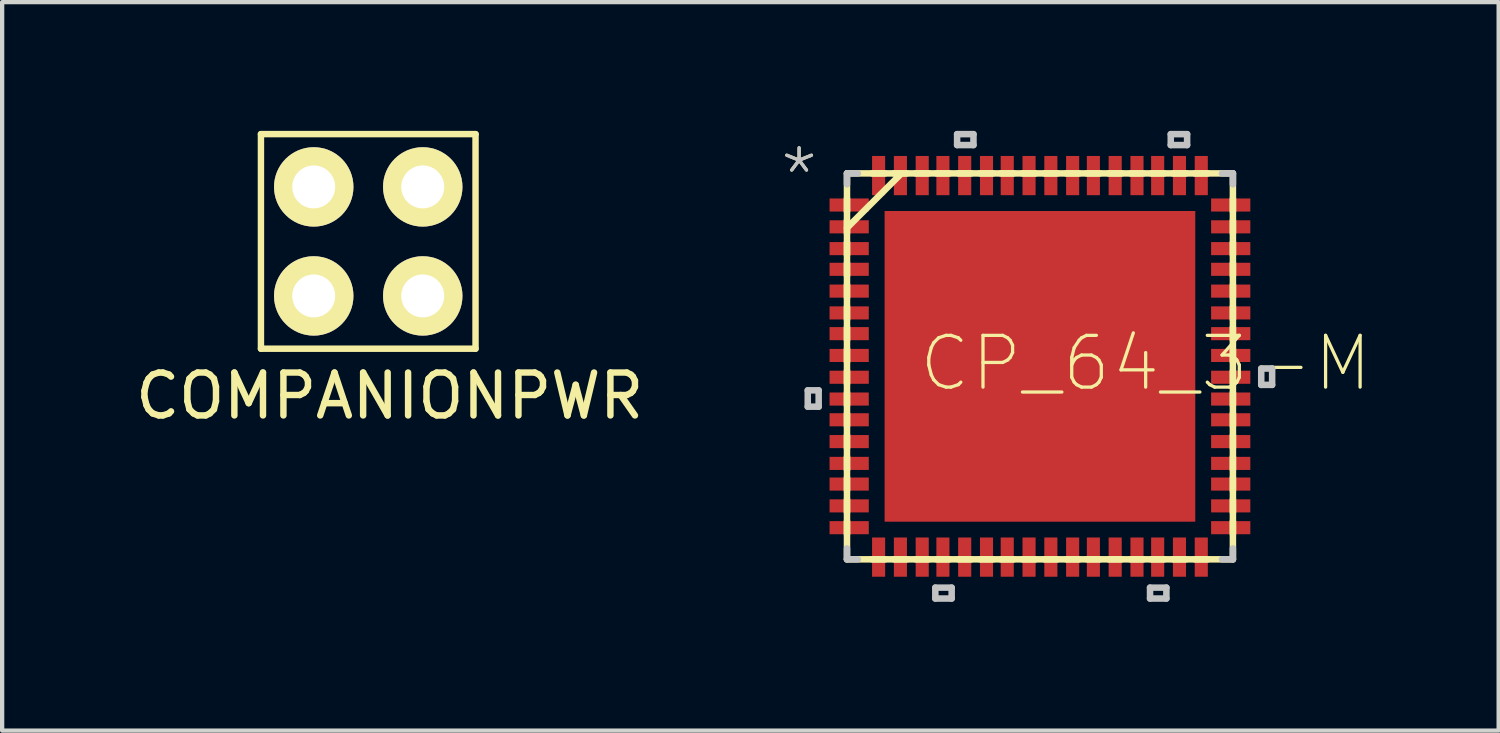
<source format=kicad_pcb>
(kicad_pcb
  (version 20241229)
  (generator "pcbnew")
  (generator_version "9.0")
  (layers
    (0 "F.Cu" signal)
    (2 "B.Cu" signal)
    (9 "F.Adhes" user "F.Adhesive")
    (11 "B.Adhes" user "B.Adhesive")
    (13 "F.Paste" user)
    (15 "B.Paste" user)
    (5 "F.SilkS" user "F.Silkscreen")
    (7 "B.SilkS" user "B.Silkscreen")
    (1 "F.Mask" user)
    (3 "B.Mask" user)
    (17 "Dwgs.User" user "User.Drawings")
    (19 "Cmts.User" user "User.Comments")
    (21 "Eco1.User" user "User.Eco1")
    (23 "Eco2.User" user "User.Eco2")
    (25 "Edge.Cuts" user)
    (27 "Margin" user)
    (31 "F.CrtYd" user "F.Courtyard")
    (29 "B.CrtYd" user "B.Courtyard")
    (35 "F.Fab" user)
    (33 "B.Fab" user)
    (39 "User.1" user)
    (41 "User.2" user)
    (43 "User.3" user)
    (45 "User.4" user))
  (footprint "COMPANIONPWR"
    (layer "F.Cu")
    (at 5.53 2.575)
    (property "Reference" "COMPANIONPWR" (at 0.5 3.6 0) (layer "F.SilkS") (effects (font (size 1 1) (thickness 0.15))))
    (attr through_hole)
    (fp_line (start -2.5 -2.5) (end 2.5 -2.5) (stroke (width 0.15) (type solid)) (layer "F.SilkS"))
    (fp_line (start -2.5 2.5) (end -2.5 -2.5) (stroke (width 0.15) (type solid)) (layer "F.SilkS"))
    (fp_line (start 2.5 -2.5) (end 2.5 2.5) (stroke (width 0.15) (type solid)) (layer "F.SilkS"))
    (fp_line (start 2.5 2.5) (end -2.5 2.5) (stroke (width 0.15) (type solid)) (layer "F.SilkS"))
    (pad "1" thru_hole circle (at -1.27 1.27) (size 1.85 1.85) (drill 1) (layers "*.Cu" "*.Mask" "F.SilkS"))
    (pad "1" thru_hole circle (at 1.27 1.27) (size 1.85 1.85) (drill 1) (layers "*.Cu" "*.Mask" "F.SilkS"))
    (pad "2" thru_hole circle (at -1.27 -1.27) (size 1.85 1.85) (drill 1) (layers "*.Cu" "*.Mask" "F.SilkS"))
    (pad "2" thru_hole circle (at 1.27 -1.27) (size 1.85 1.85) (drill 1) (layers "*.Cu" "*.Mask" "F.SilkS")))
  (footprint "CP_64_3-M"
    (layer "F.Cu")
    (at 21.181 5.486)
    (property "Reference" "CP_64_3-M" (at -2.87 0.635 0) (layer "F.SilkS") (effects (font (size 1.206 1.206) (thickness 0.076)) (justify left bottom)))
    (attr through_hole)
    (fp_line (start -4.496 -4.496) (end -4.496 4.496) (stroke (width 0.152) (type solid)) (layer "F.SilkS"))
    (fp_line (start -4.496 -3.912) (end -4.496 -3.607) (stroke (width 0.152) (type solid)) (layer "F.SilkS"))
    (fp_line (start -4.496 -3.404) (end -4.496 -3.099) (stroke (width 0.152) (type solid)) (layer "F.SilkS"))
    (fp_line (start -4.496 -3.226) (end -3.226 -4.496) (stroke (width 0.152) (type solid)) (layer "F.SilkS"))
    (fp_line (start -4.496 -2.896) (end -4.496 -2.591) (stroke (width 0.152) (type solid)) (layer "F.SilkS"))
    (fp_line (start -4.496 -2.413) (end -4.496 -2.108) (stroke (width 0.152) (type solid)) (layer "F.SilkS"))
    (fp_line (start -4.496 -1.905) (end -4.496 -1.6) (stroke (width 0.152) (type solid)) (layer "F.SilkS"))
    (fp_line (start -4.496 -1.397) (end -4.496 -1.092) (stroke (width 0.152) (type solid)) (layer "F.SilkS"))
    (fp_line (start -4.496 -0.914) (end -4.496 -0.61) (stroke (width 0.152) (type solid)) (layer "F.SilkS"))
    (fp_line (start -4.496 -0.406) (end -4.496 -0.102) (stroke (width 0.152) (type solid)) (layer "F.SilkS"))
    (fp_line (start -4.496 0.102) (end -4.496 0.406) (stroke (width 0.152) (type solid)) (layer "F.SilkS"))
    (fp_line (start -4.496 0.61) (end -4.496 0.914) (stroke (width 0.152) (type solid)) (layer "F.SilkS"))
    (fp_line (start -4.496 1.092) (end -4.496 1.397) (stroke (width 0.152) (type solid)) (layer "F.SilkS"))
    (fp_line (start -4.496 1.6) (end -4.496 1.905) (stroke (width 0.152) (type solid)) (layer "F.SilkS"))
    (fp_line (start -4.496 2.108) (end -4.496 2.413) (stroke (width 0.152) (type solid)) (layer "F.SilkS"))
    (fp_line (start -4.496 2.591) (end -4.496 2.896) (stroke (width 0.152) (type solid)) (layer "F.SilkS"))
    (fp_line (start -4.496 3.099) (end -4.496 3.404) (stroke (width 0.152) (type solid)) (layer "F.SilkS"))
    (fp_line (start -4.496 3.607) (end -4.496 3.912) (stroke (width 0.152) (type solid)) (layer "F.SilkS"))
    (fp_line (start -4.496 4.496) (end 4.496 4.496) (stroke (width 0.152) (type solid)) (layer "F.SilkS"))
    (fp_line (start -3.912 4.496) (end -3.607 4.496) (stroke (width 0.152) (type solid)) (layer "F.SilkS"))
    (fp_line (start -3.607 -4.496) (end -3.912 -4.496) (stroke (width 0.152) (type solid)) (layer "F.SilkS"))
    (fp_line (start -3.404 4.496) (end -3.099 4.496) (stroke (width 0.152) (type solid)) (layer "F.SilkS"))
    (fp_line (start -3.099 -4.496) (end -3.404 -4.496) (stroke (width 0.152) (type solid)) (layer "F.SilkS"))
    (fp_line (start -2.896 4.496) (end -2.591 4.496) (stroke (width 0.152) (type solid)) (layer "F.SilkS"))
    (fp_line (start -2.591 -4.496) (end -2.896 -4.496) (stroke (width 0.152) (type solid)) (layer "F.SilkS"))
    (fp_line (start -2.413 4.496) (end -2.108 4.496) (stroke (width 0.152) (type solid)) (layer "F.SilkS"))
    (fp_line (start -2.108 -4.496) (end -2.413 -4.496) (stroke (width 0.152) (type solid)) (layer "F.SilkS"))
    (fp_line (start -1.905 4.496) (end -1.6 4.496) (stroke (width 0.152) (type solid)) (layer "F.SilkS"))
    (fp_line (start -1.6 -4.496) (end -1.905 -4.496) (stroke (width 0.152) (type solid)) (layer "F.SilkS"))
    (fp_line (start -1.397 4.496) (end -1.092 4.496) (stroke (width 0.152) (type solid)) (layer "F.SilkS"))
    (fp_line (start -1.092 -4.496) (end -1.397 -4.496) (stroke (width 0.152) (type solid)) (layer "F.SilkS"))
    (fp_line (start -0.914 4.496) (end -0.61 4.496) (stroke (width 0.152) (type solid)) (layer "F.SilkS"))
    (fp_line (start -0.61 -4.496) (end -0.914 -4.496) (stroke (width 0.152) (type solid)) (layer "F.SilkS"))
    (fp_line (start -0.406 4.496) (end -0.102 4.496) (stroke (width 0.152) (type solid)) (layer "F.SilkS"))
    (fp_line (start -0.102 -4.496) (end -0.406 -4.496) (stroke (width 0.152) (type solid)) (layer "F.SilkS"))
    (fp_line (start 0.102 4.496) (end 0.406 4.496) (stroke (width 0.152) (type solid)) (layer "F.SilkS"))
    (fp_line (start 0.406 -4.496) (end 0.102 -4.496) (stroke (width 0.152) (type solid)) (layer "F.SilkS"))
    (fp_line (start 0.61 4.496) (end 0.914 4.496) (stroke (width 0.152) (type solid)) (layer "F.SilkS"))
    (fp_line (start 0.914 -4.496) (end 0.61 -4.496) (stroke (width 0.152) (type solid)) (layer "F.SilkS"))
    (fp_line (start 1.092 4.496) (end 1.397 4.496) (stroke (width 0.152) (type solid)) (layer "F.SilkS"))
    (fp_line (start 1.397 -4.496) (end 1.092 -4.496) (stroke (width 0.152) (type solid)) (layer "F.SilkS"))
    (fp_line (start 1.6 4.496) (end 1.905 4.496) (stroke (width 0.152) (type solid)) (layer "F.SilkS"))
    (fp_line (start 1.905 -4.496) (end 1.6 -4.496) (stroke (width 0.152) (type solid)) (layer "F.SilkS"))
    (fp_line (start 2.108 4.496) (end 2.413 4.496) (stroke (width 0.152) (type solid)) (layer "F.SilkS"))
    (fp_line (start 2.413 -4.496) (end 2.108 -4.496) (stroke (width 0.152) (type solid)) (layer "F.SilkS"))
    (fp_line (start 2.591 4.496) (end 2.896 4.496) (stroke (width 0.152) (type solid)) (layer "F.SilkS"))
    (fp_line (start 2.896 -4.496) (end 2.591 -4.496) (stroke (width 0.152) (type solid)) (layer "F.SilkS"))
    (fp_line (start 3.099 4.496) (end 3.404 4.496) (stroke (width 0.152) (type solid)) (layer "F.SilkS"))
    (fp_line (start 3.404 -4.496) (end 3.099 -4.496) (stroke (width 0.152) (type solid)) (layer "F.SilkS"))
    (fp_line (start 3.607 4.496) (end 3.912 4.496) (stroke (width 0.152) (type solid)) (layer "F.SilkS"))
    (fp_line (start 3.912 -4.496) (end 3.607 -4.496) (stroke (width 0.152) (type solid)) (layer "F.SilkS"))
    (fp_line (start 4.496 -4.496) (end -4.496 -4.496) (stroke (width 0.152) (type solid)) (layer "F.SilkS"))
    (fp_line (start 4.496 -3.607) (end 4.496 -3.912) (stroke (width 0.152) (type solid)) (layer "F.SilkS"))
    (fp_line (start 4.496 -3.099) (end 4.496 -3.404) (stroke (width 0.152) (type solid)) (layer "F.SilkS"))
    (fp_line (start 4.496 -2.591) (end 4.496 -2.896) (stroke (width 0.152) (type solid)) (layer "F.SilkS"))
    (fp_line (start 4.496 -2.108) (end 4.496 -2.413) (stroke (width 0.152) (type solid)) (layer "F.SilkS"))
    (fp_line (start 4.496 -1.6) (end 4.496 -1.905) (stroke (width 0.152) (type solid)) (layer "F.SilkS"))
    (fp_line (start 4.496 -1.092) (end 4.496 -1.397) (stroke (width 0.152) (type solid)) (layer "F.SilkS"))
    (fp_line (start 4.496 -0.61) (end 4.496 -0.914) (stroke (width 0.152) (type solid)) (layer "F.SilkS"))
    (fp_line (start 4.496 -0.102) (end 4.496 -0.406) (stroke (width 0.152) (type solid)) (layer "F.SilkS"))
    (fp_line (start 4.496 0.406) (end 4.496 0.102) (stroke (width 0.152) (type solid)) (layer "F.SilkS"))
    (fp_line (start 4.496 0.914) (end 4.496 0.61) (stroke (width 0.152) (type solid)) (layer "F.SilkS"))
    (fp_line (start 4.496 1.397) (end 4.496 1.092) (stroke (width 0.152) (type solid)) (layer "F.SilkS"))
    (fp_line (start 4.496 1.905) (end 4.496 1.6) (stroke (width 0.152) (type solid)) (layer "F.SilkS"))
    (fp_line (start 4.496 2.413) (end 4.496 2.108) (stroke (width 0.152) (type solid)) (layer "F.SilkS"))
    (fp_line (start 4.496 2.896) (end 4.496 2.591) (stroke (width 0.152) (type solid)) (layer "F.SilkS"))
    (fp_line (start 4.496 3.404) (end 4.496 3.099) (stroke (width 0.152) (type solid)) (layer "F.SilkS"))
    (fp_line (start 4.496 3.912) (end 4.496 3.607) (stroke (width 0.152) (type solid)) (layer "F.SilkS"))
    (fp_line (start 4.496 4.496) (end 4.496 -4.496) (stroke (width 0.152) (type solid)) (layer "F.SilkS"))
    (fp_line (start -5.41 0.559) (end -5.41 0.94) (stroke (width 0.152) (type solid)) (layer "Dwgs.User"))
    (fp_line (start -5.41 0.94) (end -5.156 0.94) (stroke (width 0.152) (type solid)) (layer "Dwgs.User"))
    (fp_line (start -5.156 0.559) (end -5.41 0.559) (stroke (width 0.152) (type solid)) (layer "Dwgs.User"))
    (fp_line (start -5.156 0.94) (end -5.156 0.559) (stroke (width 0.152) (type solid)) (layer "Dwgs.User"))
    (fp_line (start -4.496 -4.496) (end -4.496 -4.242) (stroke (width 0.152) (type solid)) (layer "Dwgs.User"))
    (fp_line (start -4.496 4.242) (end -4.496 4.496) (stroke (width 0.152) (type solid)) (layer "Dwgs.User"))
    (fp_line (start -4.496 4.496) (end -4.242 4.496) (stroke (width 0.152) (type solid)) (layer "Dwgs.User"))
    (fp_line (start -4.242 -4.496) (end -4.496 -4.496) (stroke (width 0.152) (type solid)) (layer "Dwgs.User"))
    (fp_line (start -2.438 5.156) (end -2.438 5.41) (stroke (width 0.152) (type solid)) (layer "Dwgs.User"))
    (fp_line (start -2.438 5.41) (end -2.057 5.41) (stroke (width 0.152) (type solid)) (layer "Dwgs.User"))
    (fp_line (start -2.057 5.156) (end -2.438 5.156) (stroke (width 0.152) (type solid)) (layer "Dwgs.User"))
    (fp_line (start -2.057 5.41) (end -2.057 5.156) (stroke (width 0.152) (type solid)) (layer "Dwgs.User"))
    (fp_line (start -1.93 -5.41) (end -1.549 -5.41) (stroke (width 0.152) (type solid)) (layer "Dwgs.User"))
    (fp_line (start -1.93 -5.156) (end -1.93 -5.41) (stroke (width 0.152) (type solid)) (layer "Dwgs.User"))
    (fp_line (start -1.549 -5.41) (end -1.549 -5.156) (stroke (width 0.152) (type solid)) (layer "Dwgs.User"))
    (fp_line (start -1.549 -5.156) (end -1.93 -5.156) (stroke (width 0.152) (type solid)) (layer "Dwgs.User"))
    (fp_line (start 2.565 5.156) (end 2.565 5.41) (stroke (width 0.152) (type solid)) (layer "Dwgs.User"))
    (fp_line (start 2.565 5.41) (end 2.946 5.41) (stroke (width 0.152) (type solid)) (layer "Dwgs.User"))
    (fp_line (start 2.946 5.156) (end 2.565 5.156) (stroke (width 0.152) (type solid)) (layer "Dwgs.User"))
    (fp_line (start 2.946 5.41) (end 2.946 5.156) (stroke (width 0.152) (type solid)) (layer "Dwgs.User"))
    (fp_line (start 3.048 -5.41) (end 3.429 -5.41) (stroke (width 0.152) (type solid)) (layer "Dwgs.User"))
    (fp_line (start 3.048 -5.156) (end 3.048 -5.41) (stroke (width 0.152) (type solid)) (layer "Dwgs.User"))
    (fp_line (start 3.429 -5.41) (end 3.429 -5.156) (stroke (width 0.152) (type solid)) (layer "Dwgs.User"))
    (fp_line (start 3.429 -5.156) (end 3.048 -5.156) (stroke (width 0.152) (type solid)) (layer "Dwgs.User"))
    (fp_line (start 4.242 4.496) (end 4.496 4.496) (stroke (width 0.152) (type solid)) (layer "Dwgs.User"))
    (fp_line (start 4.496 -4.496) (end 4.242 -4.496) (stroke (width 0.152) (type solid)) (layer "Dwgs.User"))
    (fp_line (start 4.496 -4.242) (end 4.496 -4.496) (stroke (width 0.152) (type solid)) (layer "Dwgs.User"))
    (fp_line (start 4.496 4.496) (end 4.496 4.242) (stroke (width 0.152) (type solid)) (layer "Dwgs.User"))
    (fp_line (start 5.156 0.051) (end 5.41 0.051) (stroke (width 0.152) (type solid)) (layer "Dwgs.User"))
    (fp_line (start 5.156 0.432) (end 5.156 0.051) (stroke (width 0.152) (type solid)) (layer "Dwgs.User"))
    (fp_line (start 5.41 0.051) (end 5.41 0.432) (stroke (width 0.152) (type solid)) (layer "Dwgs.User"))
    (fp_line (start 5.41 0.432) (end 5.156 0.432) (stroke (width 0.152) (type solid)) (layer "Dwgs.User"))
    (fp_text user "*" (at -6.121 -3.734 0) (layer "F.SilkS") (effects (font (size 1.206 1.206) (thickness 0.076)) (justify left bottom)))
    (fp_text user "*" (at -6.121 -3.734 0) (layer "Dwgs.User") (effects (font (size 1.206 1.206) (thickness 0.076)) (justify left bottom)))
    (pad "1" smd rect (at -4.445 -3.759 270) (size 0.305 0.914) (layers "F.Cu" "F.Mask" "F.Paste"))
    (pad "2" smd rect (at -4.445 -3.251 270) (size 0.305 0.914) (layers "F.Cu" "F.Mask" "F.Paste"))
    (pad "3" smd rect (at -4.445 -2.743 270) (size 0.305 0.914) (layers "F.Cu" "F.Mask" "F.Paste"))
    (pad "4" smd rect (at -4.445 -2.261 270) (size 0.305 0.914) (layers "F.Cu" "F.Mask" "F.Paste"))
    (pad "5" smd rect (at -4.445 -1.753 270) (size 0.305 0.914) (layers "F.Cu" "F.Mask" "F.Paste"))
    (pad "6" smd rect (at -4.445 -1.245 270) (size 0.305 0.914) (layers "F.Cu" "F.Mask" "F.Paste"))
    (pad "7" smd rect (at -4.445 -0.762 270) (size 0.305 0.914) (layers "F.Cu" "F.Mask" "F.Paste"))
    (pad "8" smd rect (at -4.445 -0.254 270) (size 0.305 0.914) (layers "F.Cu" "F.Mask" "F.Paste"))
    (pad "9" smd rect (at -4.445 0.254 270) (size 0.305 0.914) (layers "F.Cu" "F.Mask" "F.Paste"))
    (pad "10" smd rect (at -4.445 0.762 270) (size 0.305 0.914) (layers "F.Cu" "F.Mask" "F.Paste"))
    (pad "11" smd rect (at -4.445 1.245 270) (size 0.305 0.914) (layers "F.Cu" "F.Mask" "F.Paste"))
    (pad "12" smd rect (at -4.445 1.753 270) (size 0.305 0.914) (layers "F.Cu" "F.Mask" "F.Paste"))
    (pad "13" smd rect (at -4.445 2.261 270) (size 0.305 0.914) (layers "F.Cu" "F.Mask" "F.Paste"))
    (pad "14" smd rect (at -4.445 2.743 270) (size 0.305 0.914) (layers "F.Cu" "F.Mask" "F.Paste"))
    (pad "15" smd rect (at -4.445 3.251 270) (size 0.305 0.914) (layers "F.Cu" "F.Mask" "F.Paste"))
    (pad "16" smd rect (at -4.445 3.759 270) (size 0.305 0.914) (layers "F.Cu" "F.Mask" "F.Paste"))
    (pad "17" smd rect (at -3.759 4.445 180) (size 0.305 0.914) (layers "F.Cu" "F.Mask" "F.Paste"))
    (pad "18" smd rect (at -3.251 4.445 180) (size 0.305 0.914) (layers "F.Cu" "F.Mask" "F.Paste"))
    (pad "19" smd rect (at -2.743 4.445 180) (size 0.305 0.914) (layers "F.Cu" "F.Mask" "F.Paste"))
    (pad "20" smd rect (at -2.261 4.445 180) (size 0.305 0.914) (layers "F.Cu" "F.Mask" "F.Paste"))
    (pad "21" smd rect (at -1.753 4.445 180) (size 0.305 0.914) (layers "F.Cu" "F.Mask" "F.Paste"))
    (pad "22" smd rect (at -1.245 4.445 180) (size 0.305 0.914) (layers "F.Cu" "F.Mask" "F.Paste"))
    (pad "23" smd rect (at -0.762 4.445 180) (size 0.305 0.914) (layers "F.Cu" "F.Mask" "F.Paste"))
    (pad "24" smd rect (at -0.254 4.445 180) (size 0.305 0.914) (layers "F.Cu" "F.Mask" "F.Paste"))
    (pad "25" smd rect (at 0.254 4.445 180) (size 0.305 0.914) (layers "F.Cu" "F.Mask" "F.Paste"))
    (pad "26" smd rect (at 0.762 4.445 180) (size 0.305 0.914) (layers "F.Cu" "F.Mask" "F.Paste"))
    (pad "27" smd rect (at 1.245 4.445 180) (size 0.305 0.914) (layers "F.Cu" "F.Mask" "F.Paste"))
    (pad "28" smd rect (at 1.753 4.445 180) (size 0.305 0.914) (layers "F.Cu" "F.Mask" "F.Paste"))
    (pad "29" smd rect (at 2.261 4.445 180) (size 0.305 0.914) (layers "F.Cu" "F.Mask" "F.Paste"))
    (pad "30" smd rect (at 2.743 4.445 180) (size 0.305 0.914) (layers "F.Cu" "F.Mask" "F.Paste"))
    (pad "31" smd rect (at 3.251 4.445 180) (size 0.305 0.914) (layers "F.Cu" "F.Mask" "F.Paste"))
    (pad "32" smd rect (at 3.759 4.445 180) (size 0.305 0.914) (layers "F.Cu" "F.Mask" "F.Paste"))
    (pad "33" smd rect (at 4.445 3.759 270) (size 0.305 0.914) (layers "F.Cu" "F.Mask" "F.Paste"))
    (pad "34" smd rect (at 4.445 3.251 270) (size 0.305 0.914) (layers "F.Cu" "F.Mask" "F.Paste"))
    (pad "35" smd rect (at 4.445 2.743 270) (size 0.305 0.914) (layers "F.Cu" "F.Mask" "F.Paste"))
    (pad "36" smd rect (at 4.445 2.261 270) (size 0.305 0.914) (layers "F.Cu" "F.Mask" "F.Paste"))
    (pad "37" smd rect (at 4.445 1.753 270) (size 0.305 0.914) (layers "F.Cu" "F.Mask" "F.Paste"))
    (pad "38" smd rect (at 4.445 1.245 270) (size 0.305 0.914) (layers "F.Cu" "F.Mask" "F.Paste"))
    (pad "39" smd rect (at 4.445 0.762 270) (size 0.305 0.914) (layers "F.Cu" "F.Mask" "F.Paste"))
    (pad "40" smd rect (at 4.445 0.254 270) (size 0.305 0.914) (layers "F.Cu" "F.Mask" "F.Paste"))
    (pad "41" smd rect (at 4.445 -0.254 270) (size 0.305 0.914) (layers "F.Cu" "F.Mask" "F.Paste"))
    (pad "42" smd rect (at 4.445 -0.762 270) (size 0.305 0.914) (layers "F.Cu" "F.Mask" "F.Paste"))
    (pad "43" smd rect (at 4.445 -1.245 270) (size 0.305 0.914) (layers "F.Cu" "F.Mask" "F.Paste"))
    (pad "44" smd rect (at 4.445 -1.753 270) (size 0.305 0.914) (layers "F.Cu" "F.Mask" "F.Paste"))
    (pad "45" smd rect (at 4.445 -2.261 270) (size 0.305 0.914) (layers "F.Cu" "F.Mask" "F.Paste"))
    (pad "46" smd rect (at 4.445 -2.743 270) (size 0.305 0.914) (layers "F.Cu" "F.Mask" "F.Paste"))
    (pad "47" smd rect (at 4.445 -3.251 270) (size 0.305 0.914) (layers "F.Cu" "F.Mask" "F.Paste"))
    (pad "48" smd rect (at 4.445 -3.759 270) (size 0.305 0.914) (layers "F.Cu" "F.Mask" "F.Paste"))
    (pad "49" smd rect (at 3.759 -4.445 180) (size 0.305 0.914) (layers "F.Cu" "F.Mask" "F.Paste"))
    (pad "50" smd rect (at 3.251 -4.445 180) (size 0.305 0.914) (layers "F.Cu" "F.Mask" "F.Paste"))
    (pad "51" smd rect (at 2.743 -4.445 180) (size 0.305 0.914) (layers "F.Cu" "F.Mask" "F.Paste"))
    (pad "52" smd rect (at 2.261 -4.445 180) (size 0.305 0.914) (layers "F.Cu" "F.Mask" "F.Paste"))
    (pad "53" smd rect (at 1.753 -4.445 180) (size 0.305 0.914) (layers "F.Cu" "F.Mask" "F.Paste"))
    (pad "54" smd rect (at 1.245 -4.445 180) (size 0.305 0.914) (layers "F.Cu" "F.Mask" "F.Paste"))
    (pad "55" smd rect (at 0.762 -4.445 180) (size 0.305 0.914) (layers "F.Cu" "F.Mask" "F.Paste"))
    (pad "56" smd rect (at 0.254 -4.445 180) (size 0.305 0.914) (layers "F.Cu" "F.Mask" "F.Paste"))
    (pad "57" smd rect (at -0.254 -4.445 180) (size 0.305 0.914) (layers "F.Cu" "F.Mask" "F.Paste"))
    (pad "58" smd rect (at -0.762 -4.445 180) (size 0.305 0.914) (layers "F.Cu" "F.Mask" "F.Paste"))
    (pad "59" smd rect (at -1.245 -4.445 180) (size 0.305 0.914) (layers "F.Cu" "F.Mask" "F.Paste"))
    (pad "60" smd rect (at -1.753 -4.445 180) (size 0.305 0.914) (layers "F.Cu" "F.Mask" "F.Paste"))
    (pad "61" smd rect (at -2.261 -4.445 180) (size 0.305 0.914) (layers "F.Cu" "F.Mask" "F.Paste"))
    (pad "62" smd rect (at -2.743 -4.445 180) (size 0.305 0.914) (layers "F.Cu" "F.Mask" "F.Paste"))
    (pad "63" smd rect (at -3.251 -4.445 180) (size 0.305 0.914) (layers "F.Cu" "F.Mask" "F.Paste"))
    (pad "64" smd rect (at -3.759 -4.445 180) (size 0.305 0.914) (layers "F.Cu" "F.Mask" "F.Paste"))
    (pad "65" smd rect (at 0 0) (size 7.239 7.239) (layers "F.Cu" "F.Mask" "F.Paste")))
  (gr_rect
    (start -3 -3)
    (end 31.869 13.973)
    (stroke (width 0.1) (type default))
    (fill no)
    (layer "Edge.Cuts")))
</source>
